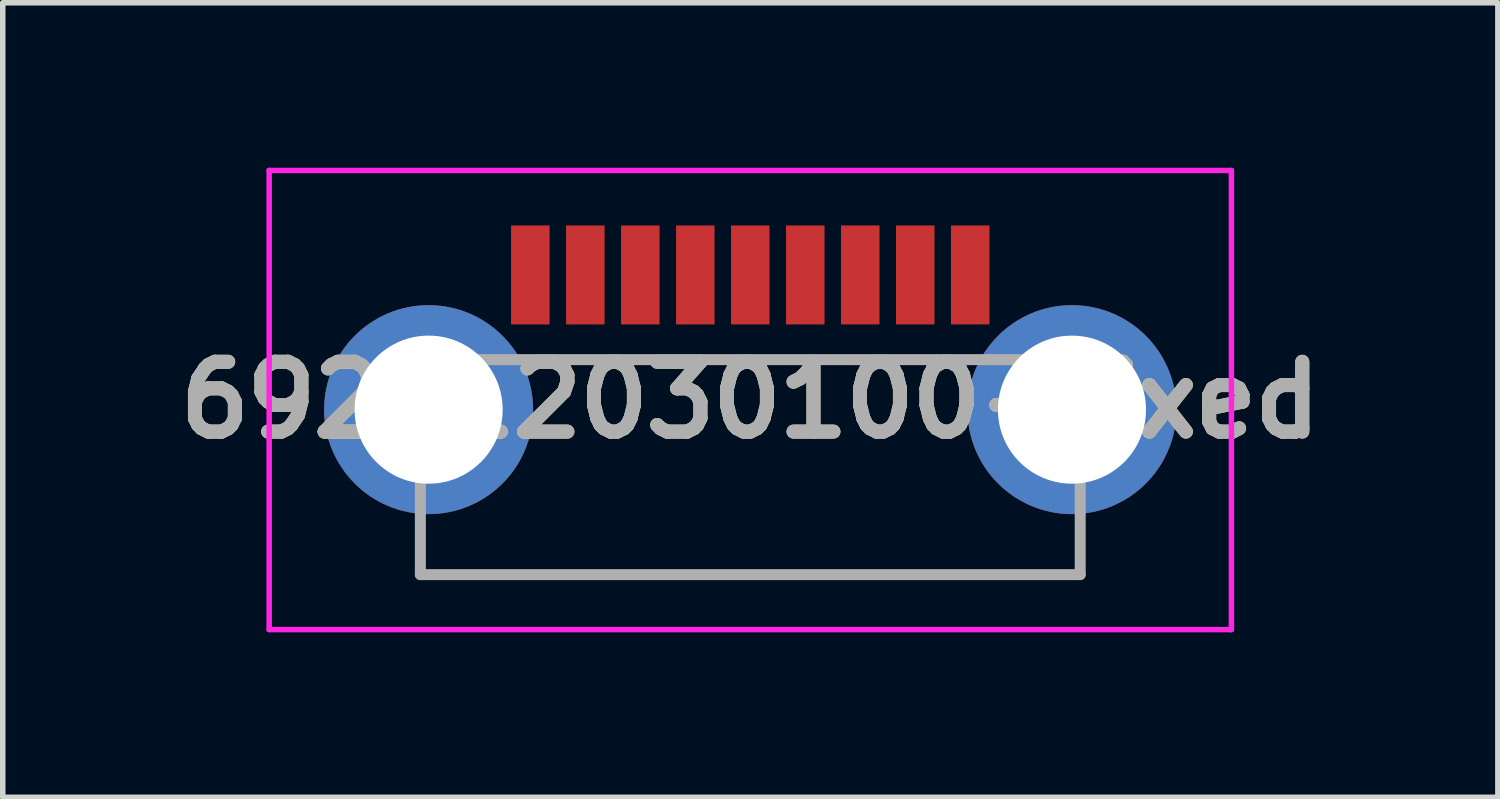
<source format=kicad_pcb>
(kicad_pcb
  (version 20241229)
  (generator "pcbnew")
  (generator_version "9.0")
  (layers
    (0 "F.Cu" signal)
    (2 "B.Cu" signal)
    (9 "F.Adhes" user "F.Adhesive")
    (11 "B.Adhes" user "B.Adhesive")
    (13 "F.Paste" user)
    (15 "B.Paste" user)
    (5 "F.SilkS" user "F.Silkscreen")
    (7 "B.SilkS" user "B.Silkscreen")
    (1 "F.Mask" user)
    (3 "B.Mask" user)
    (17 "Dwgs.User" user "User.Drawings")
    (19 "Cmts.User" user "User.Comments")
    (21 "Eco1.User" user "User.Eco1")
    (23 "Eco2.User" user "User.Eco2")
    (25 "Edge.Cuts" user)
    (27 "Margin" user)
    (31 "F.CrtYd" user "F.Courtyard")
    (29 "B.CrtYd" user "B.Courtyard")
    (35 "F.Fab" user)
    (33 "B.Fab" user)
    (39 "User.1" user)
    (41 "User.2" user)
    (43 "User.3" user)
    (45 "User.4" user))
  (footprint "692112030100-fixed"
    (layer "F.Cu")
    (at 10.595 4.225)
    (property "Reference" "692112030100-fixed" (at 0 0 0) (layer "F.SilkS") (effects (font (size 1.27 1.27) (thickness 0.254))))
    (attr smd)
    (fp_line (start -6 2.715) (end -6 3.175) (stroke (width 0.1) (type solid)) (layer "F.SilkS"))
    (fp_line (start -6 3.175) (end 6 3.175) (stroke (width 0.1) (type solid)) (layer "F.SilkS"))
    (fp_line (start -3 -0.735) (end 3 -0.735) (stroke (width 0.1) (type solid)) (layer "F.SilkS"))
    (fp_line (start 6 3.175) (end 6 2.715) (stroke (width 0.1) (type solid)) (layer "F.SilkS"))
    (fp_line (start -8.75 -4.175) (end 8.75 -4.175) (stroke (width 0.1) (type solid)) (layer "F.CrtYd"))
    (fp_line (start -8.75 4.175) (end -8.75 -4.175) (stroke (width 0.1) (type solid)) (layer "F.CrtYd"))
    (fp_line (start 8.75 -4.175) (end 8.75 4.175) (stroke (width 0.1) (type solid)) (layer "F.CrtYd"))
    (fp_line (start 8.75 4.175) (end -8.75 4.175) (stroke (width 0.1) (type solid)) (layer "F.CrtYd"))
    (fp_line (start -6 -0.735) (end 6 -0.735) (stroke (width 0.2) (type solid)) (layer "F.Fab"))
    (fp_line (start -6 3.175) (end -6 -0.735) (stroke (width 0.2) (type solid)) (layer "F.Fab"))
    (fp_line (start 6 -0.735) (end 6 3.175) (stroke (width 0.2) (type solid)) (layer "F.Fab"))
    (fp_line (start 6 3.175) (end -6 3.175) (stroke (width 0.2) (type solid)) (layer "F.Fab"))
    (fp_text user "${REFERENCE}" (at 0 0 0) (layer "F.Fab") (effects (font (size 1.27 1.27) (thickness 0.254))))
    (pad "" np_thru_hole circle (at -2.25 0.175) (size 0.001 0.001) (drill 1.1) (layers "*.Cu" "*.Mask"))
    (pad "" np_thru_hole circle (at 2.25 0.175) (size 0.001 0.001) (drill 1.1) (layers "*.Cu" "*.Mask"))
    (pad "1" smd rect (at 3 -2.275) (size 0.7 1.8) (layers "F.Cu" "F.Mask" "F.Paste"))
    (pad "2" smd rect (at 1 -2.275) (size 0.7 1.8) (layers "F.Cu" "F.Mask" "F.Paste"))
    (pad "3" smd rect (at -1 -2.275) (size 0.7 1.8) (layers "F.Cu" "F.Mask" "F.Paste"))
    (pad "4" smd rect (at -3 -2.275) (size 0.7 1.8) (layers "F.Cu" "F.Mask" "F.Paste"))
    (pad "5" smd rect (at -4 -2.275) (size 0.7 1.8) (layers "F.Cu" "F.Mask" "F.Paste"))
    (pad "6" smd rect (at -2 -2.275) (size 0.7 1.8) (layers "F.Cu" "F.Mask" "F.Paste"))
    (pad "7" smd rect (at 0 -2.275) (size 0.7 1.8) (layers "F.Cu" "F.Mask" "F.Paste"))
    (pad "8" smd rect (at 2 -2.275) (size 0.7 1.8) (layers "F.Cu" "F.Mask" "F.Paste"))
    (pad "9" smd rect (at 4 -2.275) (size 0.7 1.8) (layers "F.Cu" "F.Mask" "F.Paste"))
    (pad "10" thru_hole circle (at -5.85 0.175) (size 3.8 3.8) (drill 2.693) (layers "*.Cu" "*.Mask"))
    (pad "11" thru_hole circle (at 5.85 0.175) (size 3.8 3.8) (drill 2.693) (layers "*.Cu" "*.Mask")))
  (gr_rect
    (start -3 -3)
    (end 24.191 11.45)
    (stroke (width 0.1) (type default))
    (fill no)
    (layer "Edge.Cuts")))
</source>
